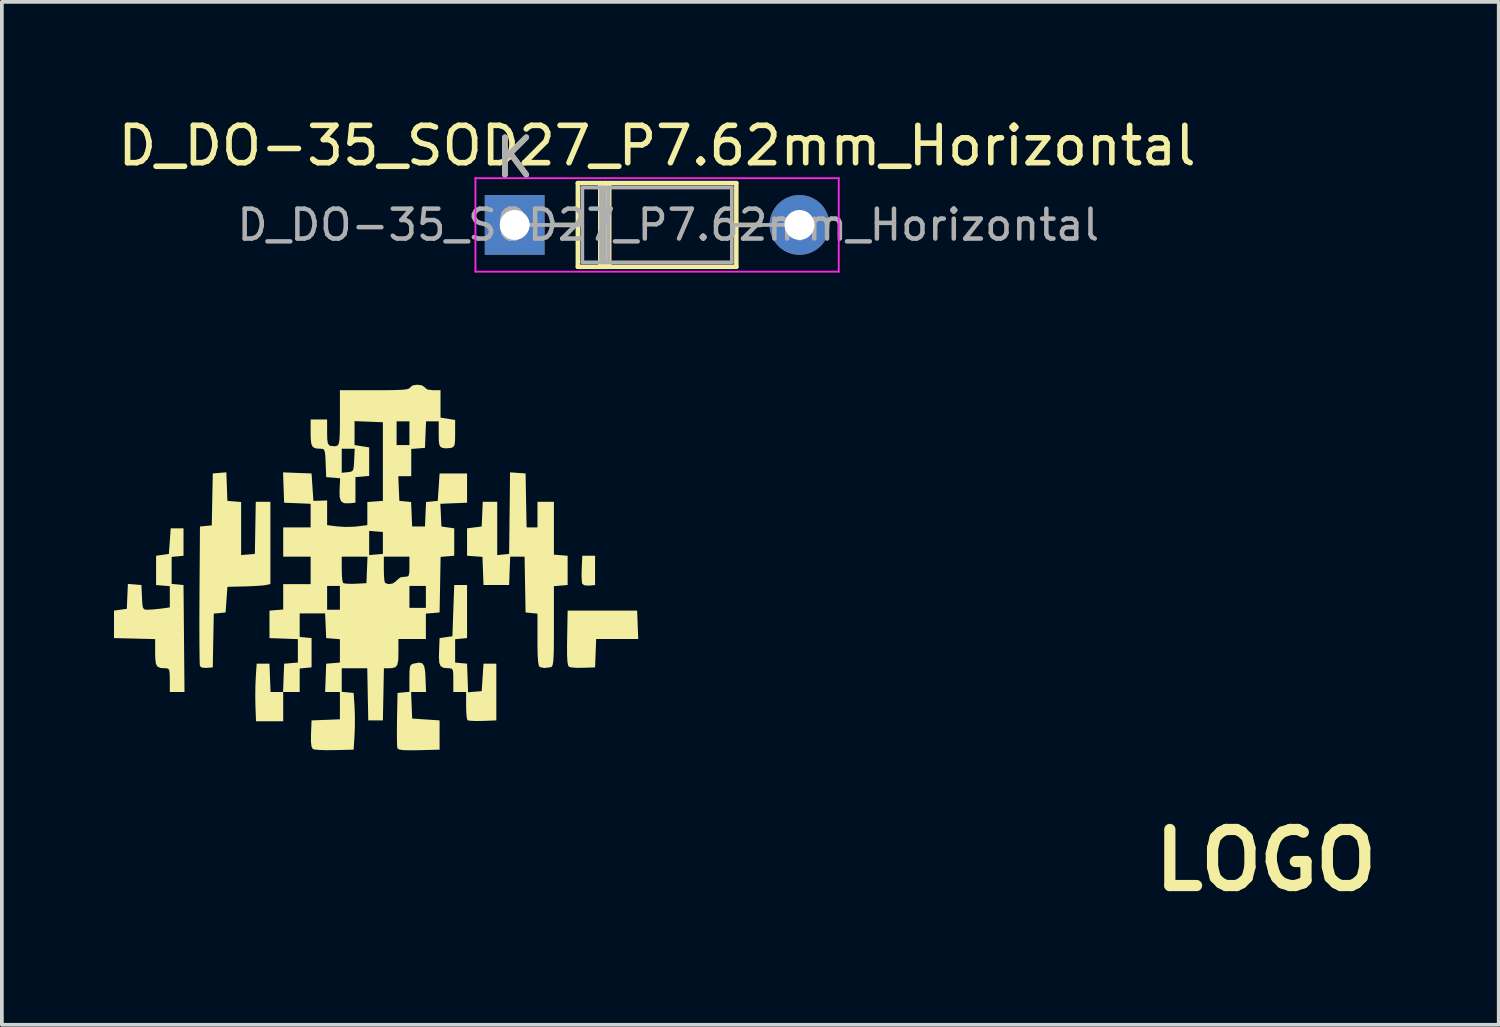
<source format=kicad_pcb>
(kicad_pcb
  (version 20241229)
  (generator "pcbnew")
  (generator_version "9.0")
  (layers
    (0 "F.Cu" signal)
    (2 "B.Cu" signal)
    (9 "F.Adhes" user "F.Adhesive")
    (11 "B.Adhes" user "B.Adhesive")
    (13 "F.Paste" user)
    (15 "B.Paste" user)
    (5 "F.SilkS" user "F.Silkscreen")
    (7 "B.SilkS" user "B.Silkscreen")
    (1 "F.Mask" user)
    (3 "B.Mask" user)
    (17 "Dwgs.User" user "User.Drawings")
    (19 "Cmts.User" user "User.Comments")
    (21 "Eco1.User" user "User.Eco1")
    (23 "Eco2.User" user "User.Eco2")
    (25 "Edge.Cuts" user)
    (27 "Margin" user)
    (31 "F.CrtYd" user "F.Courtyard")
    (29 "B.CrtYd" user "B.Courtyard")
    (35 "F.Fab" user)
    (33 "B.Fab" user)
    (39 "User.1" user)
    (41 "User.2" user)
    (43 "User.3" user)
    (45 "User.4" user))
  (footprint "D_DO-35_SOD27_P7.62mm_Horizontal"
    (layer "F.Cu")
    (at 10.72 2.968)
    (property "Reference" "D_DO-35_SOD27_P7.62mm_Horizontal" (at 3.81 -2.12 0) (layer "F.SilkS") (effects (font (size 1 1) (thickness 0.15))))
    (attr through_hole)
    (fp_line (start 1.04 0) (end 1.69 0) (stroke (width 0.12) (type solid)) (layer "F.SilkS"))
    (fp_line (start 1.69 -1.12) (end 1.69 1.12) (stroke (width 0.12) (type solid)) (layer "F.SilkS"))
    (fp_line (start 1.69 1.12) (end 5.93 1.12) (stroke (width 0.12) (type solid)) (layer "F.SilkS"))
    (fp_line (start 2.29 -1.12) (end 2.29 1.12) (stroke (width 0.12) (type solid)) (layer "F.SilkS"))
    (fp_line (start 2.41 -1.12) (end 2.41 1.12) (stroke (width 0.12) (type solid)) (layer "F.SilkS"))
    (fp_line (start 2.53 -1.12) (end 2.53 1.12) (stroke (width 0.12) (type solid)) (layer "F.SilkS"))
    (fp_line (start 5.93 -1.12) (end 1.69 -1.12) (stroke (width 0.12) (type solid)) (layer "F.SilkS"))
    (fp_line (start 5.93 1.12) (end 5.93 -1.12) (stroke (width 0.12) (type solid)) (layer "F.SilkS"))
    (fp_line (start 6.58 0) (end 5.93 0) (stroke (width 0.12) (type solid)) (layer "F.SilkS"))
    (fp_line (start -1.05 -1.25) (end -1.05 1.25) (stroke (width 0.05) (type solid)) (layer "F.CrtYd"))
    (fp_line (start -1.05 1.25) (end 8.67 1.25) (stroke (width 0.05) (type solid)) (layer "F.CrtYd"))
    (fp_line (start 8.67 -1.25) (end -1.05 -1.25) (stroke (width 0.05) (type solid)) (layer "F.CrtYd"))
    (fp_line (start 8.67 1.25) (end 8.67 -1.25) (stroke (width 0.05) (type solid)) (layer "F.CrtYd"))
    (fp_line (start 0 0) (end 1.81 0) (stroke (width 0.1) (type solid)) (layer "F.Fab"))
    (fp_line (start 1.81 -1) (end 1.81 1) (stroke (width 0.1) (type solid)) (layer "F.Fab"))
    (fp_line (start 1.81 1) (end 5.81 1) (stroke (width 0.1) (type solid)) (layer "F.Fab"))
    (fp_line (start 2.31 -1) (end 2.31 1) (stroke (width 0.1) (type solid)) (layer "F.Fab"))
    (fp_line (start 2.41 -1) (end 2.41 1) (stroke (width 0.1) (type solid)) (layer "F.Fab"))
    (fp_line (start 2.51 -1) (end 2.51 1) (stroke (width 0.1) (type solid)) (layer "F.Fab"))
    (fp_line (start 5.81 -1) (end 1.81 -1) (stroke (width 0.1) (type solid)) (layer "F.Fab"))
    (fp_line (start 5.81 1) (end 5.81 -1) (stroke (width 0.1) (type solid)) (layer "F.Fab"))
    (fp_line (start 7.62 0) (end 5.81 0) (stroke (width 0.1) (type solid)) (layer "F.Fab"))
    (fp_text user "K" (at 0 -1.8 0) (layer "F.SilkS") (effects (font (size 1 1) (thickness 0.15))))
    (fp_text user "${REFERENCE}" (at 4.11 0 0) (layer "F.Fab") (effects (font (size 0.8 0.8) (thickness 0.12))))
    (fp_text user "K" (at 0 -1.8 0) (layer "F.Fab") (effects (font (size 1 1) (thickness 0.15))))
    (pad "1" thru_hole rect (at 0 0 180) (size 1.6 1.6) (drill 0.8) (layers "*.Cu" "*.Mask"))
    (pad "2" thru_hole oval (at 7.62 0 180) (size 1.6 1.6) (drill 0.8) (layers "*.Cu" "*.Mask")))
  (footprint "LOGO"
    (layer "F.Cu")
    (at 7.023 12.431)
    (property "Reference" "LOGO" (at 23.797 7.533 0) (layer "F.SilkS") (effects (font (size 1.5 1.5) (thickness 0.3))))
    (attr board_only exclude_from_pos_files exclude_from_bom)
    (fp_poly (pts (xy 5.848 -0.22) (xy 5.848 0.171) (xy 5.689 0.187) (xy 5.555 0.178) (xy 5.503 0.133) (xy 5.492 0.051) (xy 5.487 -0.096) (xy 5.491 -0.274) (xy 5.506 -0.612) (xy 5.677 -0.612) (xy 5.848 -0.612)) (stroke (width 0) (type solid)) (fill yes) (layer "F.SilkS"))
    (fp_poly (pts (xy 6.988 1.236) (xy 7.003 1.615) (xy 6.44 1.615) (xy 5.877 1.615) (xy 5.863 1.994) (xy 5.848 2.374) (xy 5.53 2.386) (xy 5.356 2.387) (xy 5.217 2.376) (xy 5.15 2.358) (xy 5.124 2.315) (xy 5.108 2.218) (xy 5.099 2.054) (xy 5.098 1.813) (xy 5.101 1.587) (xy 5.114 0.856) (xy 6.044 0.856) (xy 6.974 0.856)) (stroke (width 0) (type solid)) (fill yes) (layer "F.SilkS"))
    (fp_poly (pts (xy 1.225 2.265) (xy 1.276 2.34) (xy 1.302 2.487) (xy 1.311 2.656) (xy 1.326 3.034) (xy 1.126 3.034) (xy 0.926 3.034) (xy 0.94 3.389) (xy 0.954 3.744) (xy 1.321 3.768) (xy 1.688 3.793) (xy 1.688 4.184) (xy 1.688 4.576) (xy 1.137 4.59) (xy 0.882 4.593) (xy 0.711 4.588) (xy 0.61 4.573) (xy 0.564 4.546) (xy 0.56 4.539) (xy 0.552 4.468) (xy 0.547 4.32) (xy 0.546 4.112) (xy 0.548 3.865) (xy 0.549 3.766) (xy 0.563 3.059) (xy 0.722 3.043) (xy 0.881 3.028) (xy 0.881 2.665) (xy 0.883 2.478) (xy 0.894 2.367) (xy 0.92 2.309) (xy 0.969 2.281) (xy 0.999 2.272) (xy 1.137 2.247)) (stroke (width 0) (type solid)) (fill yes) (layer "F.SilkS"))
    (fp_poly (pts (xy -4.003 -2.462) (xy -3.989 -2.08) (xy -3.805 -2.065) (xy -3.622 -2.05) (xy -3.622 -1.34) (xy -3.622 -0.63) (xy -3.438 -0.646) (xy -3.255 -0.661) (xy -3.248 -1.028) (xy -3.244 -1.271) (xy -3.239 -1.534) (xy -3.236 -1.725) (xy -3.23 -2.055) (xy -3.034 -2.055) (xy -2.839 -2.055) (xy -2.839 -0.955) (xy -2.839 0.145) (xy -2.949 0.17) (xy -3.045 0.183) (xy -3.211 0.195) (xy -3.417 0.205) (xy -3.524 0.208) (xy -3.989 0.22) (xy -4.013 0.563) (xy -4.038 0.905) (xy -4.195 0.921) (xy -4.353 0.936) (xy -4.367 1.655) (xy -4.38 2.374) (xy -4.54 2.389) (xy -4.668 2.382) (xy -4.724 2.34) (xy -4.729 2.278) (xy -4.733 2.129) (xy -4.736 1.905) (xy -4.738 1.616) (xy -4.739 1.275) (xy -4.738 0.891) (xy -4.736 0.477) (xy -4.736 0.44) (xy -4.723 -1.395) (xy -4.565 -1.41) (xy -4.407 -1.425) (xy -4.394 -2.12) (xy -4.38 -2.814) (xy -4.199 -2.829) (xy -4.017 -2.844)) (stroke (width 0) (type solid)) (fill yes) (layer "F.SilkS"))
    (fp_poly (pts (xy 2.423 0.881) (xy 2.423 1.591) (xy 2.263 1.606) (xy 2.104 1.621) (xy 2.104 1.933) (xy 2.104 2.245) (xy 2.263 2.26) (xy 2.423 2.276) (xy 2.437 2.658) (xy 2.451 3.04) (xy 2.633 3.025) (xy 2.814 3.01) (xy 2.839 2.643) (xy 2.863 2.276) (xy 3.034 2.276) (xy 3.206 2.276) (xy 3.206 3.034) (xy 3.206 3.793) (xy 2.836 3.807) (xy 2.654 3.809) (xy 2.512 3.803) (xy 2.437 3.789) (xy 2.433 3.787) (xy 2.416 3.724) (xy 2.403 3.591) (xy 2.398 3.415) (xy 2.398 3.393) (xy 2.398 3.034) (xy 2.227 3.034) (xy 2.055 3.034) (xy 2.055 2.716) (xy 2.054 2.545) (xy 2.042 2.45) (xy 2.011 2.408) (xy 1.951 2.398) (xy 1.921 2.397) (xy 1.795 2.387) (xy 1.719 2.345) (xy 1.68 2.254) (xy 1.67 2.095) (xy 1.674 1.953) (xy 1.688 1.591) (xy 1.86 1.566) (xy 2.031 1.542) (xy 2.055 0.856) (xy 2.08 0.171) (xy 2.251 0.171) (xy 2.423 0.171)) (stroke (width 0) (type solid)) (fill yes) (layer "F.SilkS"))
    (fp_poly (pts (xy -5.163 -0.979) (xy -5.163 -0.612) (xy -5.322 -0.596) (xy -5.481 -0.581) (xy -5.481 -0.22) (xy -5.481 0.141) (xy -5.322 0.156) (xy -5.163 0.171) (xy -5.15 1.603) (xy -5.137 3.034) (xy -5.334 3.034) (xy -5.53 3.034) (xy -5.53 2.716) (xy -5.533 2.545) (xy -5.545 2.45) (xy -5.575 2.408) (xy -5.632 2.398) (xy -5.649 2.398) (xy -5.781 2.39) (xy -5.862 2.353) (xy -5.904 2.269) (xy -5.92 2.117) (xy -5.922 1.978) (xy -5.922 1.618) (xy -6.472 1.604) (xy -7.023 1.591) (xy -7.023 1.224) (xy -7.023 0.856) (xy -6.852 0.832) (xy -6.68 0.808) (xy -6.666 0.474) (xy -6.651 0.141) (xy -6.47 0.156) (xy -6.289 0.171) (xy -6.274 0.502) (xy -6.265 0.677) (xy -6.249 0.775) (xy -6.217 0.82) (xy -6.159 0.832) (xy -6.122 0.832) (xy -5.987 0.825) (xy -5.814 0.808) (xy -5.757 0.801) (xy -5.53 0.77) (xy -5.53 0.486) (xy -5.53 0.202) (xy -5.714 0.186) (xy -5.897 0.171) (xy -5.897 -0.22) (xy -5.897 -0.612) (xy -5.726 -0.636) (xy -5.555 -0.661) (xy -5.53 -1.003) (xy -5.506 -1.346) (xy -5.334 -1.346) (xy -5.163 -1.346)) (stroke (width 0) (type solid)) (fill yes) (layer "F.SilkS"))
    (fp_poly (pts (xy 3.781 -2.829) (xy 3.989 -2.814) (xy 4.002 -2.092) (xy 4.016 -1.37) (xy 4.161 -1.37) (xy 4.307 -1.37) (xy 4.307 -1.713) (xy 4.307 -2.055) (xy 4.527 -2.055) (xy 4.747 -2.055) (xy 4.747 -1.349) (xy 4.747 -0.642) (xy 4.931 -0.627) (xy 5.114 -0.612) (xy 5.114 -0.22) (xy 5.114 0.171) (xy 4.931 0.186) (xy 4.747 0.202) (xy 4.747 1.27) (xy 4.746 1.625) (xy 4.744 1.894) (xy 4.738 2.088) (xy 4.728 2.221) (xy 4.714 2.305) (xy 4.694 2.35) (xy 4.67 2.368) (xy 4.496 2.392) (xy 4.368 2.366) (xy 4.342 2.325) (xy 4.324 2.222) (xy 4.312 2.046) (xy 4.307 1.787) (xy 4.307 1.639) (xy 4.307 0.936) (xy 4.148 0.921) (xy 3.989 0.905) (xy 3.975 0.159) (xy 3.962 -0.587) (xy 3.769 -0.587) (xy 3.577 -0.587) (xy 3.562 -0.208) (xy 3.548 0.171) (xy 3.206 0.171) (xy 2.863 0.171) (xy 2.849 -0.205) (xy 2.835 -0.582) (xy 2.629 -0.597) (xy 2.423 -0.612) (xy 2.423 -0.979) (xy 2.423 -1.346) (xy 2.618 -1.37) (xy 2.814 -1.395) (xy 2.829 -1.725) (xy 2.843 -2.055) (xy 3.037 -2.055) (xy 3.23 -2.055) (xy 3.23 -1.343) (xy 3.23 -0.63) (xy 3.389 -0.645) (xy 3.548 -0.661) (xy 3.557 -1.37) (xy 3.56 -1.665) (xy 3.564 -1.962) (xy 3.567 -2.23) (xy 3.569 -2.438) (xy 3.569 -2.462) (xy 3.573 -2.844)) (stroke (width 0) (type solid)) (fill yes) (layer "F.SilkS"))
    (fp_poly (pts (xy 1.199 -5.176) (xy 1.281 -5.131) (xy 1.29 -5.114) (xy 1.363 -5.059) (xy 1.516 -5.041) (xy 1.713 -5.041) (xy 1.713 -4.674) (xy 1.713 -4.308) (xy 1.909 -4.277) (xy 2.104 -4.245) (xy 2.104 -3.885) (xy 2.102 -3.7) (xy 2.091 -3.589) (xy 2.064 -3.532) (xy 2.015 -3.504) (xy 1.986 -3.496) (xy 1.85 -3.485) (xy 1.765 -3.498) (xy 1.711 -3.526) (xy 1.681 -3.583) (xy 1.667 -3.692) (xy 1.664 -3.87) (xy 1.664 -4.209) (xy 1.495 -4.209) (xy 1.326 -4.209) (xy 1.311 -3.854) (xy 1.297 -3.499) (xy 1.113 -3.484) (xy 0.93 -3.469) (xy 0.93 -3.105) (xy 0.93 -2.741) (xy 0.756 -2.741) (xy 0.583 -2.741) (xy 0.597 -2.41) (xy 0.612 -2.08) (xy 0.769 -2.065) (xy 0.926 -2.05) (xy 0.94 -1.722) (xy 0.954 -1.395) (xy 1.126 -1.395) (xy 1.297 -1.395) (xy 1.311 -1.722) (xy 1.326 -2.05) (xy 1.483 -2.065) (xy 1.639 -2.08) (xy 1.664 -2.447) (xy 1.688 -2.814) (xy 2.055 -2.814) (xy 2.423 -2.814) (xy 2.423 -2.423) (xy 2.423 -2.031) (xy 2.065 -2.017) (xy 1.708 -2.002) (xy 1.723 -1.698) (xy 1.737 -1.395) (xy 1.909 -1.37) (xy 2.08 -1.346) (xy 2.08 -0.979) (xy 2.08 -0.612) (xy 1.898 -0.597) (xy 1.715 -0.582) (xy 1.702 0.162) (xy 1.688 0.905) (xy 1.505 0.921) (xy 1.321 0.936) (xy 1.321 1.275) (xy 1.321 1.615) (xy 0.954 1.615) (xy 0.587 1.615) (xy 0.587 1.977) (xy 0.582 2.181) (xy 0.558 2.306) (xy 0.504 2.371) (xy 0.406 2.395) (xy 0.315 2.398) (xy 0.198 2.398) (xy 0.185 3.095) (xy 0.171 3.793) (xy -0.024 3.793) (xy -0.22 3.793) (xy -0.234 3.095) (xy -0.247 2.398) (xy -0.589 2.398) (xy -0.93 2.398) (xy -0.93 2.713) (xy -0.93 3.028) (xy -0.771 3.043) (xy -0.612 3.059) (xy -0.587 3.426) (xy -0.578 3.671) (xy -0.579 3.95) (xy -0.587 4.184) (xy -0.612 4.576) (xy -1.126 4.588) (xy -1.345 4.59) (xy -1.531 4.584) (xy -1.659 4.571) (xy -1.703 4.56) (xy -1.738 4.497) (xy -1.754 4.361) (xy -1.752 4.156) (xy -1.737 3.793) (xy -1.358 3.779) (xy -0.979 3.764) (xy -0.979 3.399) (xy -0.979 3.034) (xy -1.177 3.034) (xy -1.374 3.034) (xy -1.36 2.655) (xy -1.346 2.276) (xy -1.162 2.261) (xy -0.979 2.245) (xy -0.979 1.933) (xy -0.979 1.621) (xy -1.162 1.606) (xy -1.346 1.591) (xy -1.36 1.26) (xy -1.375 0.93) (xy -1.715 0.93) (xy -2.055 0.93) (xy -2.055 1.245) (xy -2.055 1.56) (xy -1.896 1.575) (xy -1.737 1.591) (xy -1.737 1.982) (xy -1.737 2.374) (xy -1.896 2.389) (xy -2.055 2.404) (xy -2.055 2.719) (xy -2.055 3.034) (xy -2.276 3.034) (xy -2.496 3.034) (xy -2.496 3.426) (xy -2.496 3.817) (xy -2.859 3.817) (xy -3.223 3.817) (xy -3.239 3.414) (xy -3.243 3.158) (xy -3.24 2.88) (xy -3.23 2.643) (xy -3.206 2.276) (xy -3.034 2.276) (xy -2.863 2.276) (xy -2.849 2.655) (xy -2.834 3.034) (xy -2.667 3.034) (xy -2.5 3.034) (xy -2.486 2.655) (xy -2.471 2.276) (xy -2.288 2.261) (xy -2.104 2.245) (xy -2.104 1.932) (xy -2.104 1.619) (xy -2.484 1.605) (xy -2.863 1.591) (xy -2.863 1.224) (xy -2.863 0.856) (xy -2.679 0.841) (xy -2.496 0.826) (xy -2.496 0.514) (xy -1.321 0.514) (xy -1.321 0.832) (xy -1.15 0.832) (xy -0.979 0.832) (xy -0.979 0.514) (xy -0.979 0.489) (xy 0.881 0.489) (xy 0.881 0.783) (xy 1.101 0.783) (xy 1.321 0.783) (xy 1.321 0.489) (xy 1.321 0.196) (xy 1.101 0.196) (xy 0.881 0.196) (xy 0.881 0.489) (xy -0.979 0.489) (xy -0.979 0.196) (xy -1.15 0.196) (xy -1.321 0.196) (xy -1.321 0.514) (xy -2.496 0.514) (xy -2.496 0.486) (xy -2.496 0.147) (xy -2.129 0.147) (xy -1.762 0.147) (xy -1.762 -0.22) (xy -1.762 -0.253) (xy -0.93 -0.253) (xy -0.925 -0.08) (xy -0.913 0.053) (xy -0.895 0.116) (xy -0.895 0.116) (xy -0.831 0.133) (xy -0.701 0.139) (xy -0.565 0.137) (xy -0.269 0.122) (xy -0.255 -0.232) (xy -0.254 -0.253) (xy 0.196 -0.253) (xy 0.2 -0.08) (xy 0.212 0.052) (xy 0.228 0.114) (xy 0.228 0.114) (xy 0.322 0.148) (xy 0.439 0.128) (xy 0.529 0.063) (xy 0.538 0.049) (xy 0.635 -0.033) (xy 0.736 -0.049) (xy 0.819 -0.054) (xy 0.862 -0.084) (xy 0.878 -0.163) (xy 0.881 -0.316) (xy 0.881 -0.318) (xy 0.881 -0.587) (xy 0.538 -0.587) (xy 0.196 -0.587) (xy 0.196 -0.253) (xy -0.254 -0.253) (xy -0.24 -0.587) (xy -0.585 -0.587) (xy -0.93 -0.587) (xy -0.93 -0.253) (xy -1.762 -0.253) (xy -1.762 -0.587) (xy -2.129 -0.587) (xy -2.496 -0.587) (xy -2.496 -0.954) (xy -0.196 -0.954) (xy -0.196 -0.63) (xy -0.012 -0.646) (xy 0.171 -0.661) (xy 0.171 -0.954) (xy 0.171 -1.248) (xy -0.012 -1.263) (xy -0.196 -1.278) (xy -0.196 -0.954) (xy -2.496 -0.954) (xy -2.496 -0.979) (xy -2.496 -1.37) (xy -2.129 -1.37) (xy -1.762 -1.37) (xy -1.762 -1.686) (xy -1.762 -2.002) (xy -2.117 -2.017) (xy -2.471 -2.031) (xy -2.486 -2.437) (xy -2.5 -2.843) (xy -2.119 -2.828) (xy -1.737 -2.814) (xy -1.713 -2.447) (xy -1.688 -2.08) (xy -1.505 -2.086) (xy -1.321 -2.091) (xy -1.321 -1.761) (xy -1.321 -1.431) (xy -1.052 -1.397) (xy -0.834 -1.383) (xy -0.6 -1.389) (xy -0.514 -1.397) (xy -0.245 -1.431) (xy -0.245 -1.74) (xy -0.245 -2.05) (xy -0.037 -2.065) (xy 0.171 -2.08) (xy 0.171 -3.132) (xy 0.171 -3.891) (xy 0.538 -3.891) (xy 0.538 -3.573) (xy 0.71 -3.573) (xy 0.881 -3.573) (xy 0.881 -3.891) (xy 0.881 -4.209) (xy 0.71 -4.209) (xy 0.538 -4.209) (xy 0.538 -3.891) (xy 0.171 -3.891) (xy 0.171 -4.184) (xy -0.208 -4.199) (xy -0.587 -4.213) (xy -0.587 -3.893) (xy -0.587 -3.574) (xy -0.392 -3.542) (xy -0.196 -3.511) (xy -0.196 -3.129) (xy -0.196 -2.747) (xy -0.379 -2.731) (xy -0.563 -2.716) (xy -0.563 -2.374) (xy -0.563 -2.031) (xy -0.728 -2.015) (xy -0.865 -2.018) (xy -0.947 -2.068) (xy -0.985 -2.18) (xy -0.989 -2.371) (xy -0.987 -2.397) (xy -0.973 -2.685) (xy -1.159 -2.701) (xy -1.346 -2.716) (xy -1.36 -3.095) (xy -1.363 -3.154) (xy -0.93 -3.154) (xy -0.93 -2.832) (xy -0.771 -2.848) (xy -0.684 -2.86) (xy -0.635 -2.891) (xy -0.612 -2.964) (xy -0.6 -3.104) (xy -0.597 -3.169) (xy -0.583 -3.475) (xy -0.756 -3.475) (xy -0.93 -3.475) (xy -0.93 -3.154) (xy -1.363 -3.154) (xy -1.369 -3.286) (xy -1.383 -3.399) (xy -1.408 -3.455) (xy -1.452 -3.473) (xy -1.491 -3.475) (xy -1.622 -3.483) (xy -1.702 -3.52) (xy -1.744 -3.605) (xy -1.76 -3.756) (xy -1.762 -3.896) (xy -1.762 -4.258) (xy -1.542 -4.258) (xy -1.321 -4.258) (xy -1.321 -3.919) (xy -1.318 -3.735) (xy -1.302 -3.626) (xy -1.27 -3.571) (xy -1.23 -3.55) (xy -1.112 -3.541) (xy -1.059 -3.552) (xy -1.028 -3.576) (xy -1.006 -3.628) (xy -0.991 -3.724) (xy -0.983 -3.878) (xy -0.979 -4.105) (xy -0.979 -4.312) (xy -0.979 -5.041) (xy -0.054 -5.041) (xy 0.276 -5.042) (xy 0.52 -5.046) (xy 0.692 -5.053) (xy 0.803 -5.066) (xy 0.867 -5.084) (xy 0.896 -5.109) (xy 0.899 -5.114) (xy 0.964 -5.168) (xy 1.079 -5.188)) (stroke (width 0) (type solid)) (fill yes) (layer "F.SilkS")))
  (gr_rect
    (start -3 -3)
    (end 37.048 24.369)
    (stroke (width 0.1) (type default))
    (fill no)
    (layer "Edge.Cuts")))
</source>
